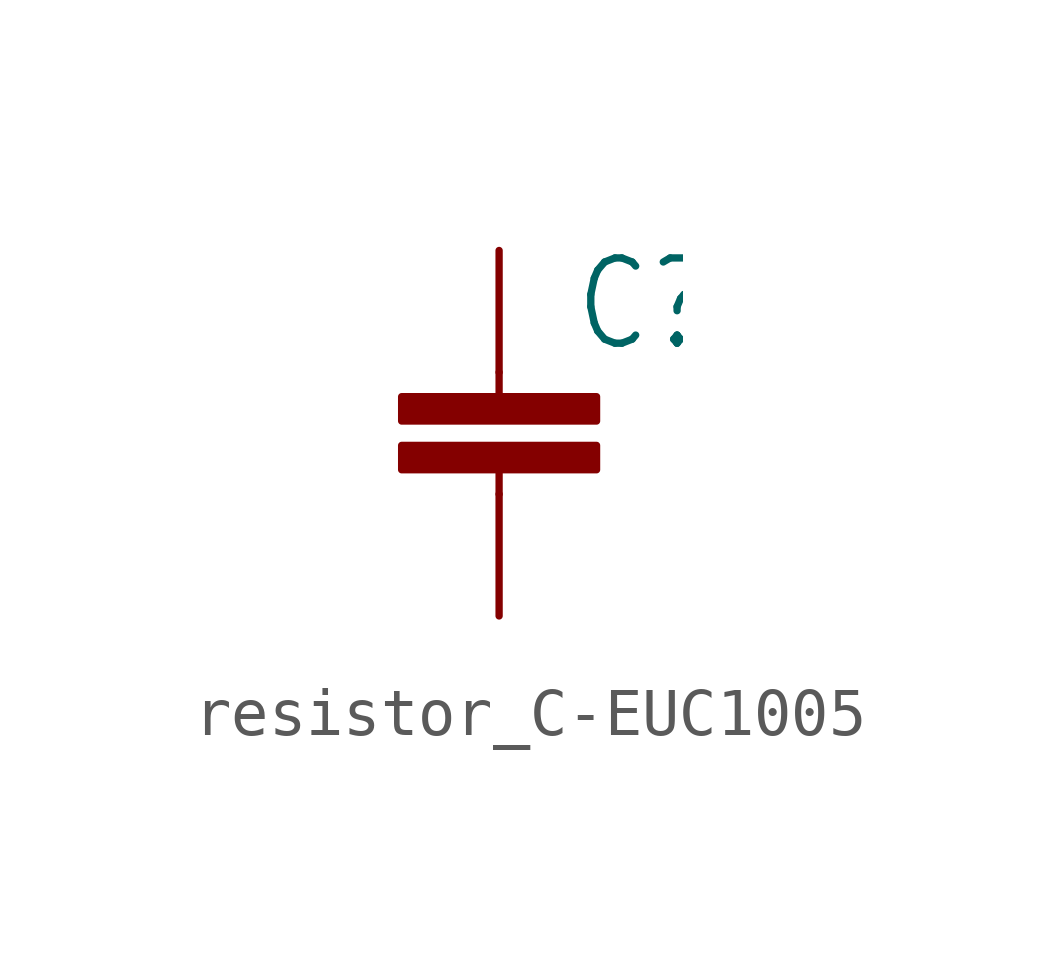
<source format=kicad_sym>
(kicad_symbol_lib
  (version 20231120)
  (generator "kicad_symbol_editor")
  (generator_version "8.0")
  (symbol "resistor_C-EUC1005"
    (property "Reference" "C"
      (at 1.524 0.381 0)
      (effects (font (size 1.778 1.511)) (justify left bottom)))
    (property "Value" ""
      (at 1.524 -4.699 0)
      (effects (font (size 1.778 1.511)) (justify left bottom)))
    (property "ki_locked" ""
      (at 0 0 0)
      (effects (font (size 1.27 1.27))))
    (symbol "resistor_C-EUC1005_1_0"
      (rectangle (start -2.032 -2.032) (end 2.032 -1.524) (stroke (width 0) (type default)) (fill (type outline)))
      (rectangle (start -2.032 -1.016) (end 2.032 -0.508) (stroke (width 0) (type default)) (fill (type outline)))
      (polyline (pts (xy 0 -2.54) (xy 0 -2.032)) (stroke (width 0.152) (type solid)) (fill (type none)))
      (polyline (pts (xy 0 0) (xy 0 -0.508)) (stroke (width 0.152) (type solid)) (fill (type none)))
      (pin passive line (at 0 2.54 270) (length 2.54) (name "1" (effects (font (size 0 0)))) (number "1" (effects (font (size 0 0)))))
      (pin passive line (at 0 -5.08 90) (length 2.54) (name "2" (effects (font (size 0 0)))) (number "2" (effects (font (size 0 0))))))))
</source>
